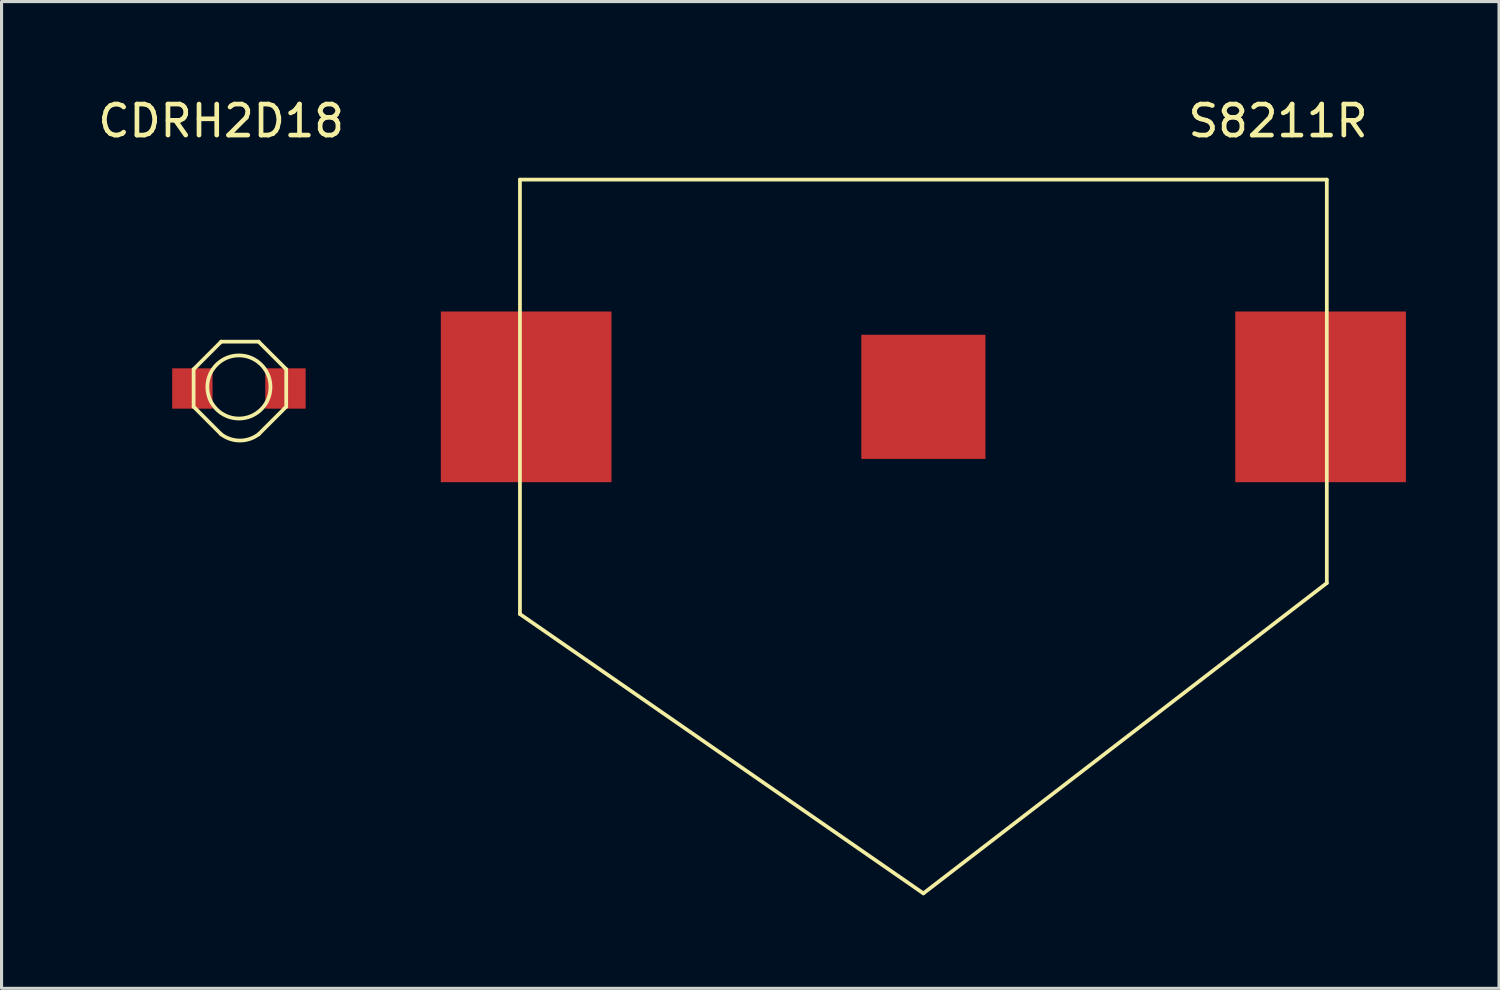
<source format=kicad_pcb>
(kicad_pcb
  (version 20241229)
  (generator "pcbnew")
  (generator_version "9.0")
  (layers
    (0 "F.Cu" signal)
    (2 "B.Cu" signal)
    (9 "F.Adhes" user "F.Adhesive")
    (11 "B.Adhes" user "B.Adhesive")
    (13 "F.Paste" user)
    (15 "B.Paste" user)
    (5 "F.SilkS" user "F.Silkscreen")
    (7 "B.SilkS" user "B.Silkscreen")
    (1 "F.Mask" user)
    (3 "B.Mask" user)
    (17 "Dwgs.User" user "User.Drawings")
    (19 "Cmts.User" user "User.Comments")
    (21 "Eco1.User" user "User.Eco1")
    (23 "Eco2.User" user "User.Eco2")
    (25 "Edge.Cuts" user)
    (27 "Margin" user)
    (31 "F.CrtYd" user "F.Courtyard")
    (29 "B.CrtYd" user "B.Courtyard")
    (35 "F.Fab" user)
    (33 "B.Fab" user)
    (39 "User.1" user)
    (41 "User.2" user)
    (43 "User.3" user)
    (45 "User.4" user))
  (footprint "S8211R"
    (layer "F.Cu")
    (at 26.705 9.738)
    (property "Reference" "S8211R" (at 11.43 -8.89 0) (layer "F.SilkS") (effects (font (size 1 1) (thickness 0.15))))
    (attr through_hole)
    (fp_line (start -13 -7) (end 13 -7) (stroke (width 0.12) (type solid)) (layer "F.SilkS"))
    (fp_line (start -13 7) (end -13 -7) (stroke (width 0.12) (type solid)) (layer "F.SilkS"))
    (fp_line (start -13 7) (end 0 16) (stroke (width 0.12) (type solid)) (layer "F.SilkS"))
    (fp_line (start 13 -7) (end 13 6) (stroke (width 0.12) (type solid)) (layer "F.SilkS"))
    (fp_line (start 13 6) (end 0 16) (stroke (width 0.12) (type solid)) (layer "F.SilkS"))
    (pad "1" smd rect (at -12.8 0) (size 5.5 5.5) (layers "F.Cu" "F.Mask" "F.Paste"))
    (pad "1" smd rect (at 12.8 0) (size 5.5 5.5) (layers "F.Cu" "F.Mask" "F.Paste"))
    (pad "2" smd rect (at 0 0) (size 4 4) (layers "F.Cu" "F.Mask" "F.Paste")))
  (footprint "CDRH2D18"
    (layer "F.Cu")
    (at 4.649 10.119)
    (property "Reference" "CDRH2D18" (at -0.572 -9.271 0) (layer "F.SilkS") (effects (font (size 1 1) (thickness 0.15))))
    (attr through_hole)
    (fp_line (start -1.46 -1.27) (end -1.46 -0.064) (stroke (width 0.12) (type solid)) (layer "F.SilkS"))
    (fp_line (start -0.572 -2.159) (end -1.46 -1.27) (stroke (width 0.12) (type solid)) (layer "F.SilkS"))
    (fp_line (start -0.572 -2.159) (end 0.635 -2.159) (stroke (width 0.12) (type solid)) (layer "F.SilkS"))
    (fp_line (start -0.572 0.826) (end -1.46 -0.064) (stroke (width 0.12) (type solid)) (layer "F.SilkS"))
    (fp_line (start 1.524 -1.27) (end 0.635 -2.159) (stroke (width 0.12) (type solid)) (layer "F.SilkS"))
    (fp_line (start 1.524 -1.27) (end 1.524 -0.064) (stroke (width 0.12) (type solid)) (layer "F.SilkS"))
    (fp_line (start 1.524 -0.064) (end 0.635 0.826) (stroke (width 0.12) (type solid)) (layer "F.SilkS"))
    (fp_arc (start 0.635304 0.82553) (mid 0.031897 1.027411) (end -0.5715 0.8255) (stroke (width 0.12) (type solid)) (layer "F.SilkS"))
    (fp_circle (center 0 -0.699) (end 0 0.318) (stroke (width 0.12) (type solid)) (fill no) (layer "F.SilkS"))
    (pad "1" smd rect (at -1.5 -0.65) (size 1.3 1.3) (layers "F.Cu" "F.Mask" "F.Paste"))
    (pad "2" smd rect (at 1.5 -0.65) (size 1.3 1.3) (layers "F.Cu" "F.Mask" "F.Paste")))
  (gr_rect
    (start -3 -3)
    (end 45.255 28.798)
    (stroke (width 0.1) (type default))
    (fill no)
    (layer "Edge.Cuts")))
</source>
